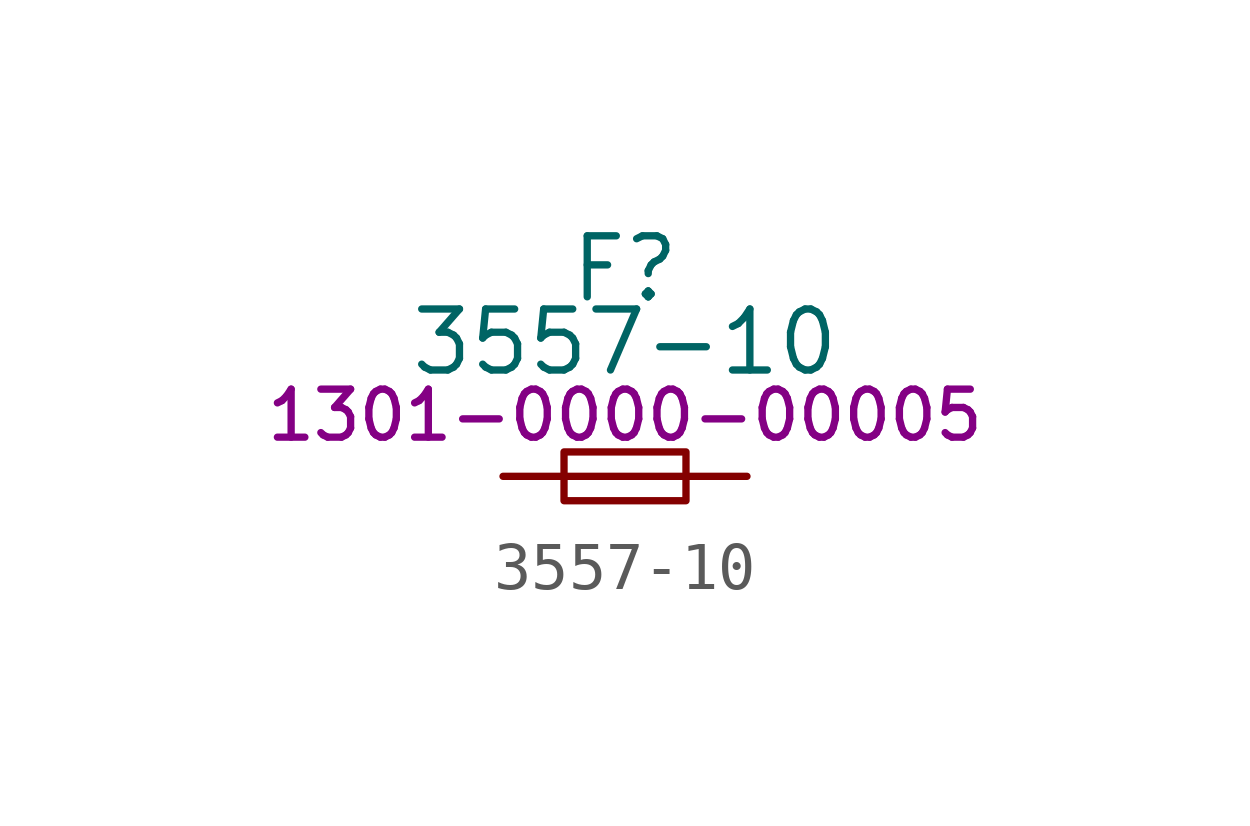
<source format=kicad_sym>
(kicad_symbol_lib
  (version 20231120)
  (generator "kicad_symbol_editor")
  (generator_version "8.0")
  (symbol "3557-10"
    (pin_numbers hide)
    (pin_names hide)
    (property "Reference" "F"
      (at 0 4.318 0)
      (effects (font (size 1.27 1.27))))
    (property "Value" "3557-10"
      (at 0 2.794 0)
      (effects (font (size 1.27 1.27))))
    (property "PartNumber" "1301-0000-00005"
      (at 0 1.27 0)
      (effects (font (size 1 1))))
    (symbol "3557-10_0_1"
      (rectangle (start -1.27 0.508) (end 1.27 -0.508) (stroke (width 0) (type default)) (fill (type none)))
      (polyline (pts (xy -1.27 0) (xy 1.27 0)) (stroke (width 0) (type default)) (fill (type none))))
    (symbol "3557-10_1_1"
      (pin passive line (at -2.54 0 0) (length 1.27) (name "1" (effects (font (size 1.27 1.27)))) (number "1" (effects (font (size 1.27 1.27)))))
      (pin passive line (at 2.54 0 180) (length 1.27) (name "2" (effects (font (size 1.27 1.27)))) (number "2" (effects (font (size 1.27 1.27))))))))
</source>
